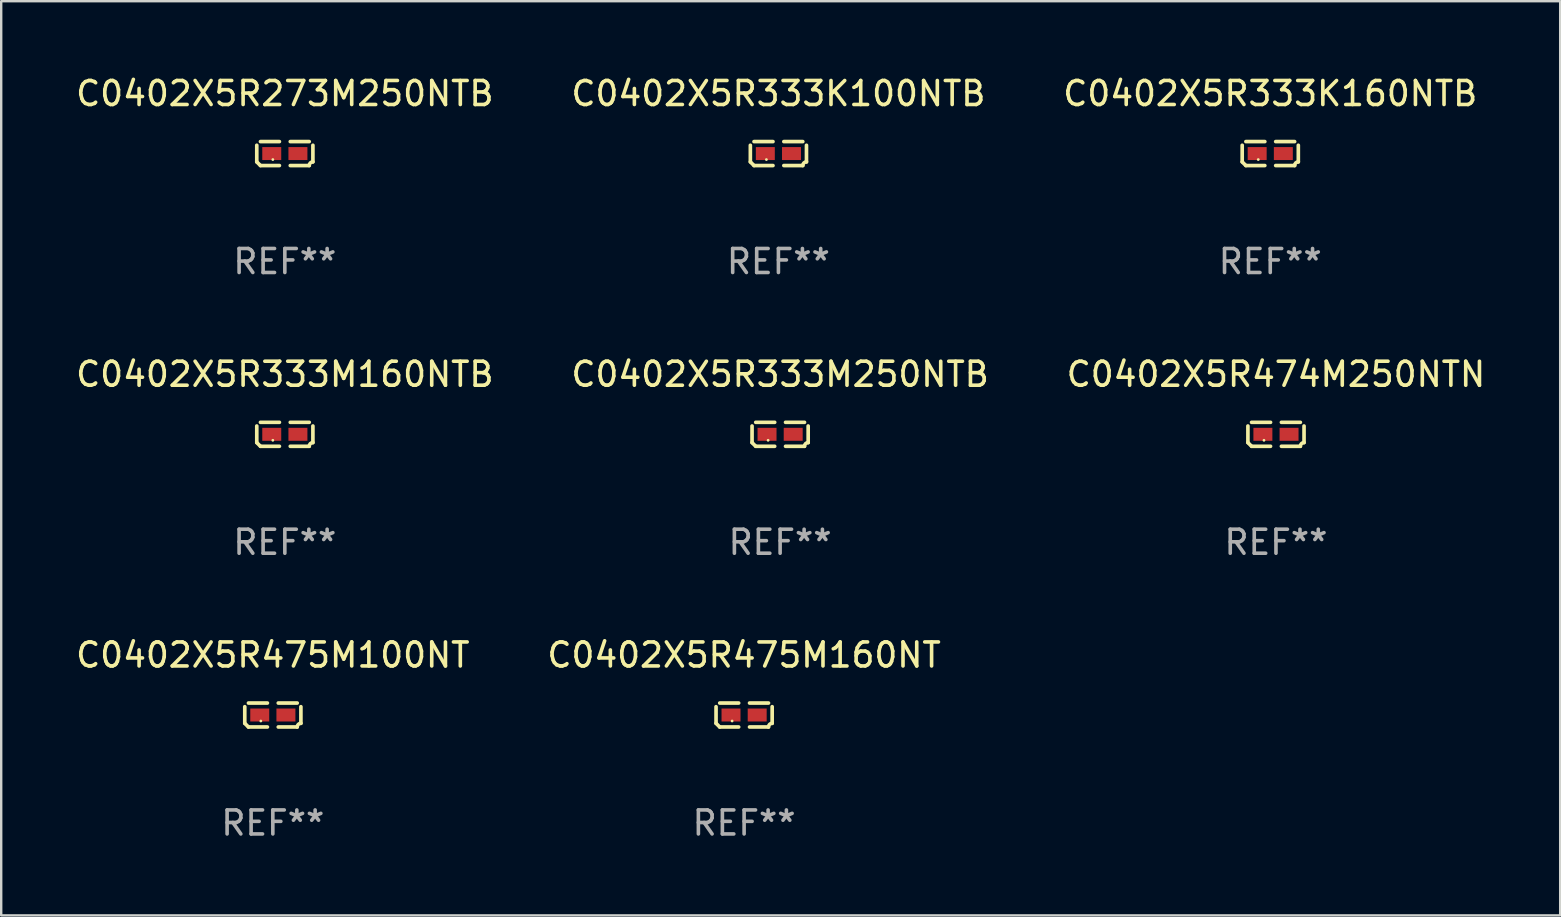
<source format=kicad_pcb>
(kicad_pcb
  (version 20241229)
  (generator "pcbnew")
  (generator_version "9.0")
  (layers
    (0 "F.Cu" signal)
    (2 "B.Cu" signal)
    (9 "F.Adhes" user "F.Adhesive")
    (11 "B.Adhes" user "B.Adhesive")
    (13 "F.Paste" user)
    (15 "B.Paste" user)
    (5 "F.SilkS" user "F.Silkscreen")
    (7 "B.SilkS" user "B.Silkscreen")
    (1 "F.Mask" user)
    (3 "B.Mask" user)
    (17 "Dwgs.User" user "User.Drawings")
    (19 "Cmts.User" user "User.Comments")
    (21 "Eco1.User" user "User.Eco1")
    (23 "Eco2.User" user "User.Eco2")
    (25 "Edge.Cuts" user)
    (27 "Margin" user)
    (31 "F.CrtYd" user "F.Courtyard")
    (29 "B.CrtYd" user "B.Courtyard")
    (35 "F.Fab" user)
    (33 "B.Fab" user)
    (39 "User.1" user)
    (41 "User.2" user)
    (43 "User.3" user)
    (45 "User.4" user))
  (footprint "C0402X5R475M100NT"
    (layer "F.Cu")
    (at 8.315 26.734)
    (property "Reference" "C0402X5R475M100NT" (at 0 -2.499 0) (layer "F.SilkS") (effects (font (size 1 1) (thickness 0.15))))
    (attr through_hole)
    (fp_line (start -1.169 0.346) (end -1.169 -0.346) (stroke (width 0.152) (type solid)) (layer "F.SilkS"))
    (fp_line (start -1.016 -0.499) (end -0.226 -0.499) (stroke (width 0.152) (type solid)) (layer "F.SilkS"))
    (fp_line (start -0.226 0.499) (end -1.016 0.499) (stroke (width 0.152) (type solid)) (layer "F.SilkS"))
    (fp_line (start 0.226 0.499) (end 1.016 0.499) (stroke (width 0.152) (type solid)) (layer "F.SilkS"))
    (fp_line (start 1.016 -0.499) (end 0.226 -0.499) (stroke (width 0.152) (type solid)) (layer "F.SilkS"))
    (fp_line (start 1.169 0.346) (end 1.169 -0.346) (stroke (width 0.152) (type solid)) (layer "F.SilkS"))
    (fp_arc (start -1.016307 0.498603) (mid -1.092512 0.422405) (end -1.16871 0.3462) (stroke (width 0.1524) (type solid)) (layer "F.SilkS"))
    (fp_arc (start 1.016307 0.498603) (mid 1.060899 0.390758) (end 1.168707 0.346076) (stroke (width 0.1524) (type solid)) (layer "F.SilkS"))
    (fp_circle (center -0.5 0.25) (end -0.47 0.25) (stroke (width 0.06) (type solid)) (fill no) (layer "F.SilkS"))
    (fp_text user "REF**" (at 0 4.499 0) (layer "F.Fab") (effects (font (size 1 1) (thickness 0.15))))
    (pad "1" smd rect (at -0.545 0) (size 0.79 0.54) (layers "F.Cu" "F.Mask" "F.Paste"))
    (pad "2" smd rect (at 0.545 0) (size 0.79 0.54) (layers "F.Cu" "F.Mask" "F.Paste")))
  (footprint "C0402X5R333K100NTB"
    (layer "F.Cu")
    (at 29.375 3.347)
    (property "Reference" "C0402X5R333K100NTB" (at 0 -2.499 0) (layer "F.SilkS") (effects (font (size 1 1) (thickness 0.15))))
    (attr through_hole)
    (fp_line (start -1.169 0.346) (end -1.169 -0.346) (stroke (width 0.152) (type solid)) (layer "F.SilkS"))
    (fp_line (start -1.016 -0.499) (end -0.226 -0.499) (stroke (width 0.152) (type solid)) (layer "F.SilkS"))
    (fp_line (start -0.226 0.499) (end -1.016 0.499) (stroke (width 0.152) (type solid)) (layer "F.SilkS"))
    (fp_line (start 0.226 0.499) (end 1.016 0.499) (stroke (width 0.152) (type solid)) (layer "F.SilkS"))
    (fp_line (start 1.016 -0.499) (end 0.226 -0.499) (stroke (width 0.152) (type solid)) (layer "F.SilkS"))
    (fp_line (start 1.169 0.346) (end 1.169 -0.346) (stroke (width 0.152) (type solid)) (layer "F.SilkS"))
    (fp_arc (start -1.016307 0.498603) (mid -1.092512 0.422405) (end -1.16871 0.3462) (stroke (width 0.1524) (type solid)) (layer "F.SilkS"))
    (fp_arc (start 1.016307 0.498603) (mid 1.060899 0.390758) (end 1.168707 0.346076) (stroke (width 0.1524) (type solid)) (layer "F.SilkS"))
    (fp_circle (center -0.5 0.25) (end -0.47 0.25) (stroke (width 0.06) (type solid)) (fill no) (layer "F.SilkS"))
    (fp_text user "REF**" (at 0 4.499 0) (layer "F.Fab") (effects (font (size 1 1) (thickness 0.15))))
    (pad "1" smd rect (at -0.545 0) (size 0.79 0.54) (layers "F.Cu" "F.Mask" "F.Paste"))
    (pad "2" smd rect (at 0.545 0) (size 0.79 0.54) (layers "F.Cu" "F.Mask" "F.Paste")))
  (footprint "C0402X5R333K160NTB"
    (layer "F.Cu")
    (at 49.863 3.347)
    (property "Reference" "C0402X5R333K160NTB" (at 0 -2.499 0) (layer "F.SilkS") (effects (font (size 1 1) (thickness 0.15))))
    (attr through_hole)
    (fp_line (start -1.169 0.346) (end -1.169 -0.346) (stroke (width 0.152) (type solid)) (layer "F.SilkS"))
    (fp_line (start -1.016 -0.499) (end -0.226 -0.499) (stroke (width 0.152) (type solid)) (layer "F.SilkS"))
    (fp_line (start -0.226 0.499) (end -1.016 0.499) (stroke (width 0.152) (type solid)) (layer "F.SilkS"))
    (fp_line (start 0.226 0.499) (end 1.016 0.499) (stroke (width 0.152) (type solid)) (layer "F.SilkS"))
    (fp_line (start 1.016 -0.499) (end 0.226 -0.499) (stroke (width 0.152) (type solid)) (layer "F.SilkS"))
    (fp_line (start 1.169 0.346) (end 1.169 -0.346) (stroke (width 0.152) (type solid)) (layer "F.SilkS"))
    (fp_arc (start -1.016307 0.498603) (mid -1.092512 0.422405) (end -1.16871 0.3462) (stroke (width 0.1524) (type solid)) (layer "F.SilkS"))
    (fp_arc (start 1.016307 0.498603) (mid 1.060899 0.390758) (end 1.168707 0.346076) (stroke (width 0.1524) (type solid)) (layer "F.SilkS"))
    (fp_circle (center -0.5 0.25) (end -0.47 0.25) (stroke (width 0.06) (type solid)) (fill no) (layer "F.SilkS"))
    (fp_text user "REF**" (at 0 4.499 0) (layer "F.Fab") (effects (font (size 1 1) (thickness 0.15))))
    (pad "1" smd rect (at -0.545 0) (size 0.79 0.54) (layers "F.Cu" "F.Mask" "F.Paste"))
    (pad "2" smd rect (at 0.545 0) (size 0.79 0.54) (layers "F.Cu" "F.Mask" "F.Paste")))
  (footprint "C0402X5R333M250NTB"
    (layer "F.Cu")
    (at 29.446 15.041)
    (property "Reference" "C0402X5R333M250NTB" (at 0 -2.499 0) (layer "F.SilkS") (effects (font (size 1 1) (thickness 0.15))))
    (attr through_hole)
    (fp_line (start -1.169 0.346) (end -1.169 -0.346) (stroke (width 0.152) (type solid)) (layer "F.SilkS"))
    (fp_line (start -1.016 -0.499) (end -0.226 -0.499) (stroke (width 0.152) (type solid)) (layer "F.SilkS"))
    (fp_line (start -0.226 0.499) (end -1.016 0.499) (stroke (width 0.152) (type solid)) (layer "F.SilkS"))
    (fp_line (start 0.226 0.499) (end 1.016 0.499) (stroke (width 0.152) (type solid)) (layer "F.SilkS"))
    (fp_line (start 1.016 -0.499) (end 0.226 -0.499) (stroke (width 0.152) (type solid)) (layer "F.SilkS"))
    (fp_line (start 1.169 0.346) (end 1.169 -0.346) (stroke (width 0.152) (type solid)) (layer "F.SilkS"))
    (fp_arc (start -1.016307 0.498603) (mid -1.092512 0.422405) (end -1.16871 0.3462) (stroke (width 0.1524) (type solid)) (layer "F.SilkS"))
    (fp_arc (start 1.016307 0.498603) (mid 1.060899 0.390758) (end 1.168707 0.346076) (stroke (width 0.1524) (type solid)) (layer "F.SilkS"))
    (fp_circle (center -0.5 0.25) (end -0.47 0.25) (stroke (width 0.06) (type solid)) (fill no) (layer "F.SilkS"))
    (fp_text user "REF**" (at 0 4.499 0) (layer "F.Fab") (effects (font (size 1 1) (thickness 0.15))))
    (pad "1" smd rect (at -0.545 0) (size 0.79 0.54) (layers "F.Cu" "F.Mask" "F.Paste"))
    (pad "2" smd rect (at 0.545 0) (size 0.79 0.54) (layers "F.Cu" "F.Mask" "F.Paste")))
  (footprint "C0402X5R333M160NTB"
    (layer "F.Cu")
    (at 8.815 15.041)
    (property "Reference" "C0402X5R333M160NTB" (at 0 -2.499 0) (layer "F.SilkS") (effects (font (size 1 1) (thickness 0.15))))
    (attr through_hole)
    (fp_line (start -1.169 0.346) (end -1.169 -0.346) (stroke (width 0.152) (type solid)) (layer "F.SilkS"))
    (fp_line (start -1.016 -0.499) (end -0.226 -0.499) (stroke (width 0.152) (type solid)) (layer "F.SilkS"))
    (fp_line (start -0.226 0.499) (end -1.016 0.499) (stroke (width 0.152) (type solid)) (layer "F.SilkS"))
    (fp_line (start 0.226 0.499) (end 1.016 0.499) (stroke (width 0.152) (type solid)) (layer "F.SilkS"))
    (fp_line (start 1.016 -0.499) (end 0.226 -0.499) (stroke (width 0.152) (type solid)) (layer "F.SilkS"))
    (fp_line (start 1.169 0.346) (end 1.169 -0.346) (stroke (width 0.152) (type solid)) (layer "F.SilkS"))
    (fp_arc (start -1.016307 0.498603) (mid -1.092512 0.422405) (end -1.16871 0.3462) (stroke (width 0.1524) (type solid)) (layer "F.SilkS"))
    (fp_arc (start 1.016307 0.498603) (mid 1.060899 0.390758) (end 1.168707 0.346076) (stroke (width 0.1524) (type solid)) (layer "F.SilkS"))
    (fp_circle (center -0.5 0.25) (end -0.47 0.25) (stroke (width 0.06) (type solid)) (fill no) (layer "F.SilkS"))
    (fp_text user "REF**" (at 0 4.499 0) (layer "F.Fab") (effects (font (size 1 1) (thickness 0.15))))
    (pad "1" smd rect (at -0.545 0) (size 0.79 0.54) (layers "F.Cu" "F.Mask" "F.Paste"))
    (pad "2" smd rect (at 0.545 0) (size 0.79 0.54) (layers "F.Cu" "F.Mask" "F.Paste")))
  (footprint "C0402X5R474M250NTN"
    (layer "F.Cu")
    (at 50.101 15.041)
    (property "Reference" "C0402X5R474M250NTN" (at 0 -2.499 0) (layer "F.SilkS") (effects (font (size 1 1) (thickness 0.15))))
    (attr through_hole)
    (fp_line (start -1.169 0.346) (end -1.169 -0.346) (stroke (width 0.152) (type solid)) (layer "F.SilkS"))
    (fp_line (start -1.016 -0.499) (end -0.226 -0.499) (stroke (width 0.152) (type solid)) (layer "F.SilkS"))
    (fp_line (start -0.226 0.499) (end -1.016 0.499) (stroke (width 0.152) (type solid)) (layer "F.SilkS"))
    (fp_line (start 0.226 0.499) (end 1.016 0.499) (stroke (width 0.152) (type solid)) (layer "F.SilkS"))
    (fp_line (start 1.016 -0.499) (end 0.226 -0.499) (stroke (width 0.152) (type solid)) (layer "F.SilkS"))
    (fp_line (start 1.169 0.346) (end 1.169 -0.346) (stroke (width 0.152) (type solid)) (layer "F.SilkS"))
    (fp_arc (start -1.016307 0.498603) (mid -1.092512 0.422405) (end -1.16871 0.3462) (stroke (width 0.1524) (type solid)) (layer "F.SilkS"))
    (fp_arc (start 1.016307 0.498603) (mid 1.060899 0.390758) (end 1.168707 0.346076) (stroke (width 0.1524) (type solid)) (layer "F.SilkS"))
    (fp_circle (center -0.5 0.25) (end -0.47 0.25) (stroke (width 0.06) (type solid)) (fill no) (layer "F.SilkS"))
    (fp_text user "REF**" (at 0 4.499 0) (layer "F.Fab") (effects (font (size 1 1) (thickness 0.15))))
    (pad "1" smd rect (at -0.545 0) (size 0.79 0.54) (layers "F.Cu" "F.Mask" "F.Paste"))
    (pad "2" smd rect (at 0.545 0) (size 0.79 0.54) (layers "F.Cu" "F.Mask" "F.Paste")))
  (footprint "C0402X5R475M160NT"
    (layer "F.Cu")
    (at 27.946 26.734)
    (property "Reference" "C0402X5R475M160NT" (at 0 -2.499 0) (layer "F.SilkS") (effects (font (size 1 1) (thickness 0.15))))
    (attr through_hole)
    (fp_line (start -1.169 0.346) (end -1.169 -0.346) (stroke (width 0.152) (type solid)) (layer "F.SilkS"))
    (fp_line (start -1.016 -0.499) (end -0.226 -0.499) (stroke (width 0.152) (type solid)) (layer "F.SilkS"))
    (fp_line (start -0.226 0.499) (end -1.016 0.499) (stroke (width 0.152) (type solid)) (layer "F.SilkS"))
    (fp_line (start 0.226 0.499) (end 1.016 0.499) (stroke (width 0.152) (type solid)) (layer "F.SilkS"))
    (fp_line (start 1.016 -0.499) (end 0.226 -0.499) (stroke (width 0.152) (type solid)) (layer "F.SilkS"))
    (fp_line (start 1.169 0.346) (end 1.169 -0.346) (stroke (width 0.152) (type solid)) (layer "F.SilkS"))
    (fp_arc (start -1.016307 0.498603) (mid -1.092512 0.422405) (end -1.16871 0.3462) (stroke (width 0.1524) (type solid)) (layer "F.SilkS"))
    (fp_arc (start 1.016307 0.498603) (mid 1.060899 0.390758) (end 1.168707 0.346076) (stroke (width 0.1524) (type solid)) (layer "F.SilkS"))
    (fp_circle (center -0.5 0.25) (end -0.47 0.25) (stroke (width 0.06) (type solid)) (fill no) (layer "F.SilkS"))
    (fp_text user "REF**" (at 0 4.499 0) (layer "F.Fab") (effects (font (size 1 1) (thickness 0.15))))
    (pad "1" smd rect (at -0.545 0) (size 0.79 0.54) (layers "F.Cu" "F.Mask" "F.Paste"))
    (pad "2" smd rect (at 0.545 0) (size 0.79 0.54) (layers "F.Cu" "F.Mask" "F.Paste")))
  (footprint "C0402X5R273M250NTB"
    (layer "F.Cu")
    (at 8.815 3.347)
    (property "Reference" "C0402X5R273M250NTB" (at 0 -2.499 0) (layer "F.SilkS") (effects (font (size 1 1) (thickness 0.15))))
    (attr through_hole)
    (fp_line (start -1.169 0.346) (end -1.169 -0.346) (stroke (width 0.152) (type solid)) (layer "F.SilkS"))
    (fp_line (start -1.016 -0.499) (end -0.226 -0.499) (stroke (width 0.152) (type solid)) (layer "F.SilkS"))
    (fp_line (start -0.226 0.499) (end -1.016 0.499) (stroke (width 0.152) (type solid)) (layer "F.SilkS"))
    (fp_line (start 0.226 0.499) (end 1.016 0.499) (stroke (width 0.152) (type solid)) (layer "F.SilkS"))
    (fp_line (start 1.016 -0.499) (end 0.226 -0.499) (stroke (width 0.152) (type solid)) (layer "F.SilkS"))
    (fp_line (start 1.169 0.346) (end 1.169 -0.346) (stroke (width 0.152) (type solid)) (layer "F.SilkS"))
    (fp_arc (start -1.016307 0.498603) (mid -1.092512 0.422405) (end -1.16871 0.3462) (stroke (width 0.1524) (type solid)) (layer "F.SilkS"))
    (fp_arc (start 1.016307 0.498603) (mid 1.060899 0.390758) (end 1.168707 0.346076) (stroke (width 0.1524) (type solid)) (layer "F.SilkS"))
    (fp_circle (center -0.5 0.25) (end -0.47 0.25) (stroke (width 0.06) (type solid)) (fill no) (layer "F.SilkS"))
    (fp_text user "REF**" (at 0 4.499 0) (layer "F.Fab") (effects (font (size 1 1) (thickness 0.15))))
    (pad "1" smd rect (at -0.545 0) (size 0.79 0.54) (layers "F.Cu" "F.Mask" "F.Paste"))
    (pad "2" smd rect (at 0.545 0) (size 0.79 0.54) (layers "F.Cu" "F.Mask" "F.Paste")))
  (gr_rect
    (start -3 -3)
    (end 61.94 35.081)
    (stroke (width 0.1) (type default))
    (fill no)
    (layer "Edge.Cuts")))
</source>
